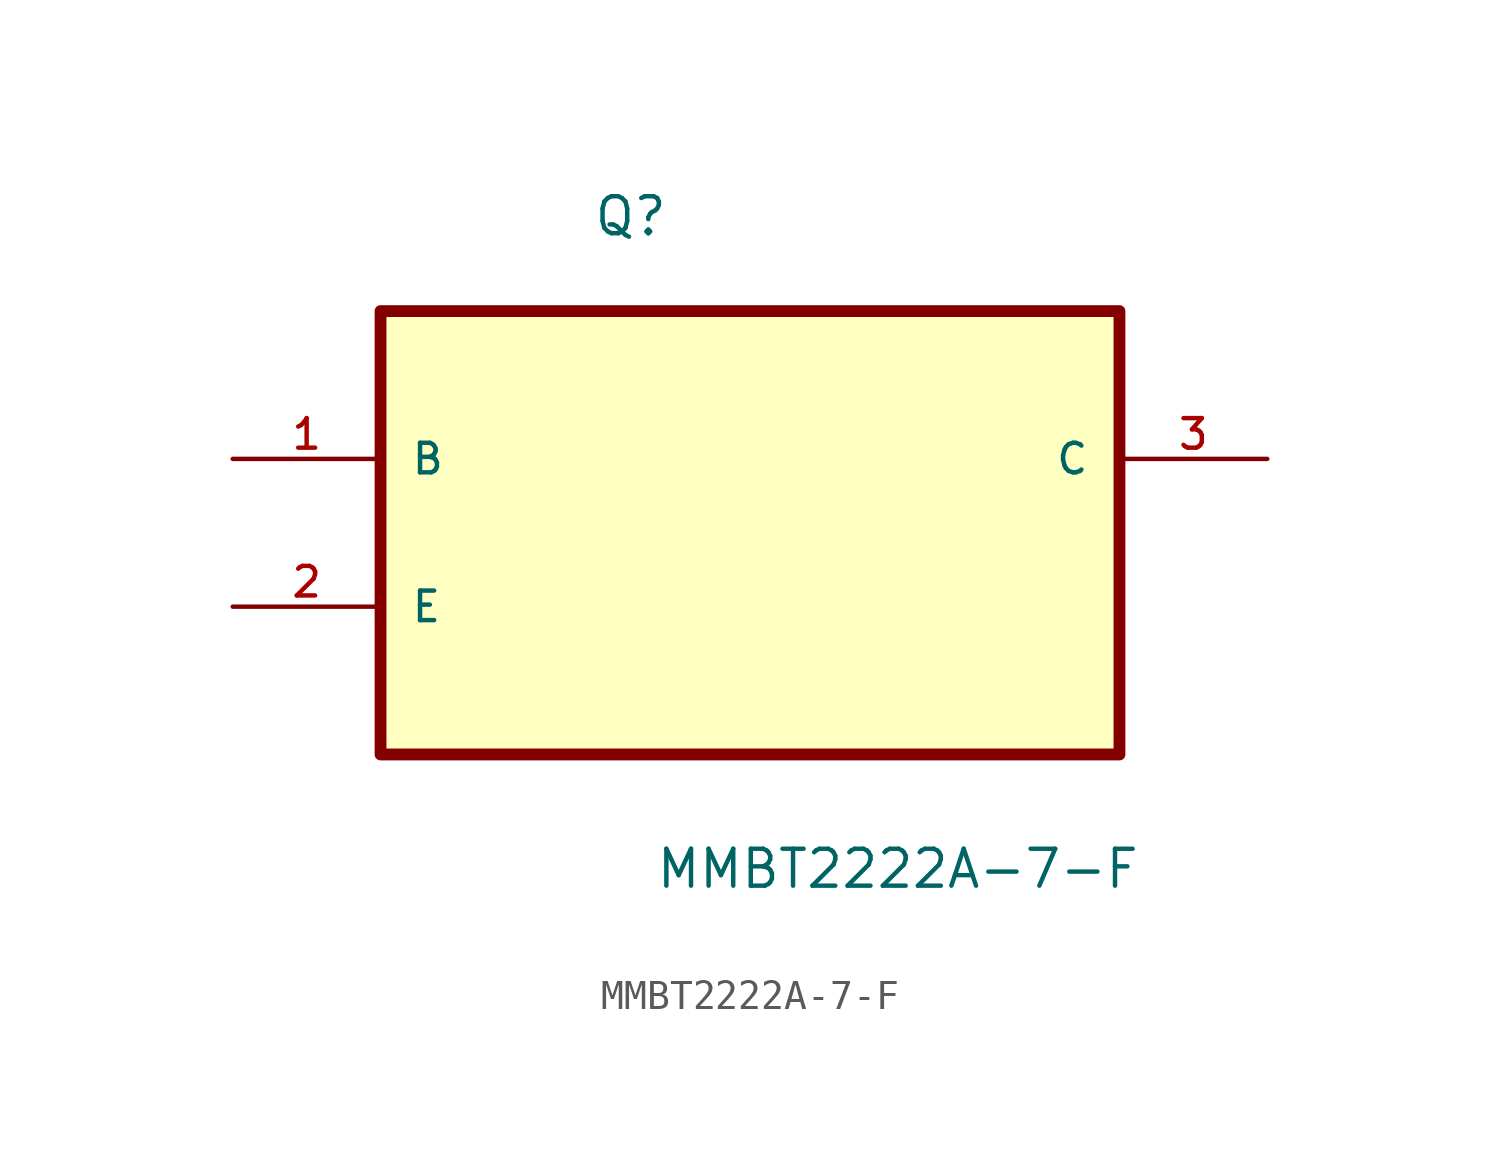
<source format=kicad_sym>
(kicad_symbol_lib
  (version 20211014)
  (generator kicad_symbol_editor)
  (symbol "MMBT2222A-7-F"
    (pin_names
      (offset 1.016))
    (property "Reference" "Q"
      (at -5.41 7.595 0)
      (effects (font (size 1.27 1.27)) (justify left bottom)))
    (property "Value" "MMBT2222A-7-F"
      (at -3.277 -14.834 0)
      (effects (font (size 1.27 1.27)) (justify left bottom)))
    (property "ki_locked" ""
      (at 0 0 0)
      (effects (font (size 1.27 1.27))))
    (symbol "MMBT2222A-7-F_0_0"
      (rectangle (start -12.7 -10.16) (end 12.7 5.08) (stroke (width 0.406) (type default) (color 0 0 0 0)) (fill (type background)))
      (pin input line (at -17.78 0 0) (length 5.08) (name "B" (effects (font (size 1.016 1.016)))) (number "1" (effects (font (size 1.016 1.016)))))
      (pin passive line (at -17.78 -5.08 0) (length 5.08) (name "E" (effects (font (size 1.016 1.016)))) (number "2" (effects (font (size 1.016 1.016)))))
      (pin output line (at 17.78 0 180) (length 5.08) (name "C" (effects (font (size 1.016 1.016)))) (number "3" (effects (font (size 1.016 1.016))))))))
</source>
